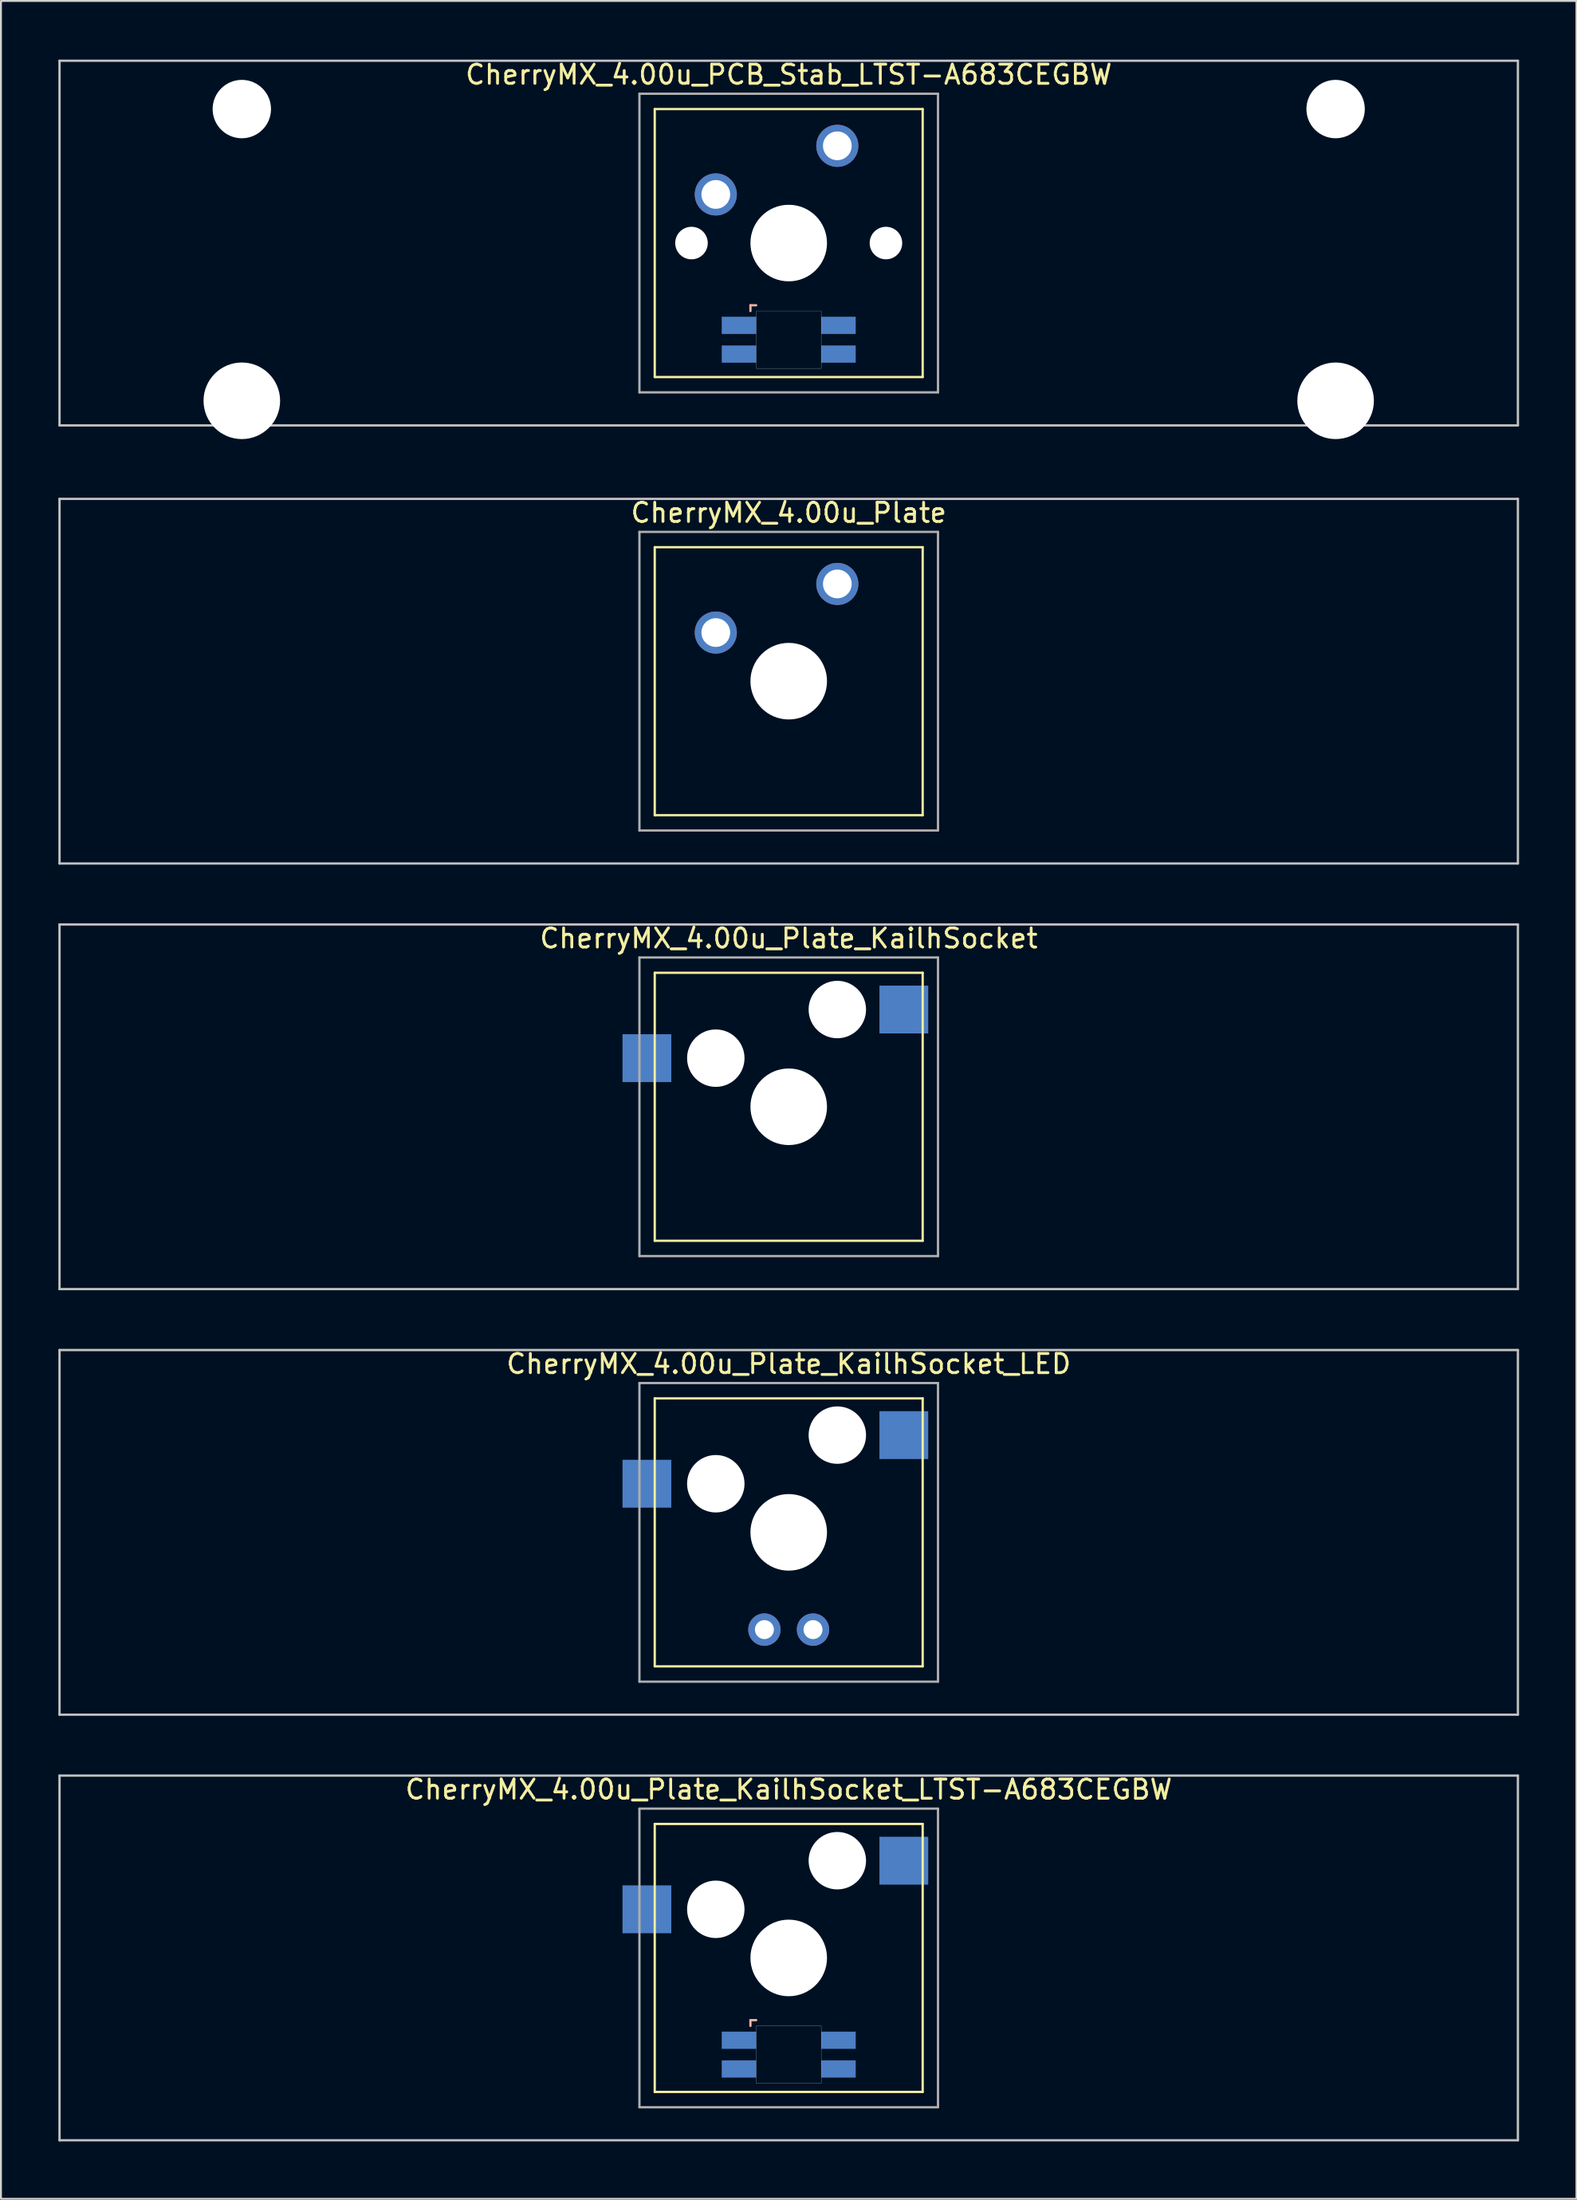
<source format=kicad_pcb>
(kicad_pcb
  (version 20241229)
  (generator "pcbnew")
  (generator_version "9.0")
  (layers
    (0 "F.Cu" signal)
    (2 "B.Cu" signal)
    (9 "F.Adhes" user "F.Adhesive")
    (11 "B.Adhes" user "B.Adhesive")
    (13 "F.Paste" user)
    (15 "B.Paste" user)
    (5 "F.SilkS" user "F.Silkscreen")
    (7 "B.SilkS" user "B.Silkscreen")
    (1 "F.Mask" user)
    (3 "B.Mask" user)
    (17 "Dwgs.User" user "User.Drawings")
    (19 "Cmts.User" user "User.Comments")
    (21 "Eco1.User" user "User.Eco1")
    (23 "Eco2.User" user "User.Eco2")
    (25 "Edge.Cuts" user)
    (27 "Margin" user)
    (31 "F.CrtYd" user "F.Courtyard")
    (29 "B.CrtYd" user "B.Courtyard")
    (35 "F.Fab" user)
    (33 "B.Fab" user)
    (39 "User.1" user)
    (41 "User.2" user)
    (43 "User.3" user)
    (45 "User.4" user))
  (footprint "CherryMX_4.00u_Plate_KailhSocket"
    (layer "F.Cu")
    (at 38.16 54.77)
    (property "Reference" "CherryMX_4.00u_Plate_KailhSocket" (at 0 -8.8 0) (layer "F.SilkS") (effects (font (size 1 1) (thickness 0.15))))
    (attr through_hole)
    (fp_line (start -7 -7) (end -7 7) (stroke (width 0.12) (type solid)) (layer "F.SilkS"))
    (fp_line (start -7 -7) (end 7 -7) (stroke (width 0.12) (type solid)) (layer "F.SilkS"))
    (fp_line (start 7 -7) (end 7 7) (stroke (width 0.12) (type solid)) (layer "F.SilkS"))
    (fp_line (start 7 7) (end -7 7) (stroke (width 0.12) (type solid)) (layer "F.SilkS"))
    (fp_line (start -38.1 -9.525) (end 38.1 -9.525) (stroke (width 0.12) (type solid)) (layer "Dwgs.User"))
    (fp_line (start -38.1 9.525) (end -38.1 -9.525) (stroke (width 0.12) (type solid)) (layer "Dwgs.User"))
    (fp_line (start 38.1 -9.525) (end 38.1 9.525) (stroke (width 0.12) (type solid)) (layer "Dwgs.User"))
    (fp_line (start 38.1 9.525) (end -38.1 9.525) (stroke (width 0.12) (type solid)) (layer "Dwgs.User"))
    (fp_line (start -7.8 -7.8) (end -7.8 7.8) (stroke (width 0.12) (type solid)) (layer "F.Fab"))
    (fp_line (start -7.8 -7.8) (end 7.8 -7.8) (stroke (width 0.12) (type solid)) (layer "F.Fab"))
    (fp_line (start -7.8 7.8) (end 7.8 7.8) (stroke (width 0.12) (type solid)) (layer "F.Fab"))
    (fp_line (start 7.8 -7.8) (end 7.8 7.8) (stroke (width 0.12) (type solid)) (layer "F.Fab"))
    (pad "" np_thru_hole circle (at -3.81 -2.54) (size 3 3) (drill 3) (layers "*.Cu" "*.Mask"))
    (pad "" np_thru_hole circle (at 0 0) (size 4 4) (drill 4) (layers "*.Cu" "*.Mask"))
    (pad "" np_thru_hole circle (at 2.54 -5.08) (size 3 3) (drill 3) (layers "*.Cu" "*.Mask"))
    (pad "1" smd rect (at -7.41 -2.54) (size 2.55 2.5) (layers "B.Cu" "B.Mask" "B.Paste"))
    (pad "2" smd rect (at 6.015 -5.08) (size 2.55 2.5) (layers "B.Cu" "B.Mask" "B.Paste")))
  (footprint "CherryMX_4.00u_Plate_KailhSocket_LED"
    (layer "F.Cu")
    (at 38.16 77.003)
    (property "Reference" "CherryMX_4.00u_Plate_KailhSocket_LED" (at 0 -8.8 0) (layer "F.SilkS") (effects (font (size 1 1) (thickness 0.15))))
    (attr through_hole)
    (fp_line (start -7 -7) (end -7 7) (stroke (width 0.12) (type solid)) (layer "F.SilkS"))
    (fp_line (start -7 -7) (end 7 -7) (stroke (width 0.12) (type solid)) (layer "F.SilkS"))
    (fp_line (start 7 -7) (end 7 7) (stroke (width 0.12) (type solid)) (layer "F.SilkS"))
    (fp_line (start 7 7) (end -7 7) (stroke (width 0.12) (type solid)) (layer "F.SilkS"))
    (fp_line (start -38.1 -9.525) (end 38.1 -9.525) (stroke (width 0.12) (type solid)) (layer "Dwgs.User"))
    (fp_line (start -38.1 9.525) (end -38.1 -9.525) (stroke (width 0.12) (type solid)) (layer "Dwgs.User"))
    (fp_line (start 38.1 -9.525) (end 38.1 9.525) (stroke (width 0.12) (type solid)) (layer "Dwgs.User"))
    (fp_line (start 38.1 9.525) (end -38.1 9.525) (stroke (width 0.12) (type solid)) (layer "Dwgs.User"))
    (fp_line (start -7.8 -7.8) (end -7.8 7.8) (stroke (width 0.12) (type solid)) (layer "F.Fab"))
    (fp_line (start -7.8 -7.8) (end 7.8 -7.8) (stroke (width 0.12) (type solid)) (layer "F.Fab"))
    (fp_line (start -7.8 7.8) (end 7.8 7.8) (stroke (width 0.12) (type solid)) (layer "F.Fab"))
    (fp_line (start 7.8 -7.8) (end 7.8 7.8) (stroke (width 0.12) (type solid)) (layer "F.Fab"))
    (pad "" np_thru_hole circle (at -3.81 -2.54) (size 3 3) (drill 3) (layers "*.Cu" "*.Mask"))
    (pad "" np_thru_hole circle (at 0 0) (size 4 4) (drill 4) (layers "*.Cu" "*.Mask"))
    (pad "" np_thru_hole circle (at 2.54 -5.08) (size 3 3) (drill 3) (layers "*.Cu" "*.Mask"))
    (pad "1" smd rect (at -7.41 -2.54) (size 2.55 2.5) (layers "B.Cu" "B.Mask" "B.Paste"))
    (pad "2" smd rect (at 6.015 -5.08) (size 2.55 2.5) (layers "B.Cu" "B.Mask" "B.Paste"))
    (pad "3" thru_hole circle (at -1.27 5.08) (size 1.691 1.691) (drill 0.991) (layers "*.Cu" "*.Mask"))
    (pad "4" thru_hole circle (at 1.27 5.08) (size 1.691 1.691) (drill 0.991) (layers "*.Cu" "*.Mask")))
  (footprint "CherryMX_4.00u_Plate"
    (layer "F.Cu")
    (at 38.16 32.536)
    (property "Reference" "CherryMX_4.00u_Plate" (at 0 -8.8 0) (layer "F.SilkS") (effects (font (size 1 1) (thickness 0.15))))
    (attr through_hole)
    (fp_line (start -7 -7) (end -7 7) (stroke (width 0.12) (type solid)) (layer "F.SilkS"))
    (fp_line (start -7 -7) (end 7 -7) (stroke (width 0.12) (type solid)) (layer "F.SilkS"))
    (fp_line (start 7 -7) (end 7 7) (stroke (width 0.12) (type solid)) (layer "F.SilkS"))
    (fp_line (start 7 7) (end -7 7) (stroke (width 0.12) (type solid)) (layer "F.SilkS"))
    (fp_line (start -38.1 -9.525) (end 38.1 -9.525) (stroke (width 0.12) (type solid)) (layer "Dwgs.User"))
    (fp_line (start -38.1 9.525) (end -38.1 -9.525) (stroke (width 0.12) (type solid)) (layer "Dwgs.User"))
    (fp_line (start 38.1 -9.525) (end 38.1 9.525) (stroke (width 0.12) (type solid)) (layer "Dwgs.User"))
    (fp_line (start 38.1 9.525) (end -38.1 9.525) (stroke (width 0.12) (type solid)) (layer "Dwgs.User"))
    (fp_line (start -7.8 -7.8) (end -7.8 7.8) (stroke (width 0.12) (type solid)) (layer "F.Fab"))
    (fp_line (start -7.8 -7.8) (end 7.8 -7.8) (stroke (width 0.12) (type solid)) (layer "F.Fab"))
    (fp_line (start -7.8 7.8) (end 7.8 7.8) (stroke (width 0.12) (type solid)) (layer "F.Fab"))
    (fp_line (start 7.8 -7.8) (end 7.8 7.8) (stroke (width 0.12) (type solid)) (layer "F.Fab"))
    (pad "" np_thru_hole circle (at 0 0) (size 4 4) (drill 4) (layers "*.Cu" "*.Mask"))
    (pad "1" thru_hole circle (at -3.81 -2.54) (size 2.2 2.2) (drill 1.5) (layers "*.Cu" "*.Mask"))
    (pad "2" thru_hole circle (at 2.54 -5.08) (size 2.2 2.2) (drill 1.5) (layers "*.Cu" "*.Mask")))
  (footprint "CherryMX_4.00u_PCB_Stab_LTST-A683CEGBW"
    (layer "F.Cu")
    (at 38.16 9.648)
    (property "Reference" "CherryMX_4.00u_PCB_Stab_LTST-A683CEGBW" (at 0 -8.8 0) (layer "F.SilkS") (effects (font (size 1 1) (thickness 0.15))))
    (attr through_hole)
    (fp_line (start -7 -7) (end -7 7) (stroke (width 0.12) (type solid)) (layer "F.SilkS"))
    (fp_line (start -7 -7) (end 7 -7) (stroke (width 0.12) (type solid)) (layer "F.SilkS"))
    (fp_line (start 7 -7) (end 7 7) (stroke (width 0.12) (type solid)) (layer "F.SilkS"))
    (fp_line (start 7 7) (end -7 7) (stroke (width 0.12) (type solid)) (layer "F.SilkS"))
    (fp_line (start -2 3.25) (end -2 3.55) (stroke (width 0.12) (type solid)) (layer "B.SilkS"))
    (fp_line (start -1.7 3.25) (end -2 3.25) (stroke (width 0.12) (type solid)) (layer "B.SilkS"))
    (fp_line (start -38.1 -9.525) (end 38.1 -9.525) (stroke (width 0.12) (type solid)) (layer "Dwgs.User"))
    (fp_line (start -38.1 9.525) (end -38.1 -9.525) (stroke (width 0.12) (type solid)) (layer "Dwgs.User"))
    (fp_line (start 38.1 -9.525) (end 38.1 9.525) (stroke (width 0.12) (type solid)) (layer "Dwgs.User"))
    (fp_line (start 38.1 9.525) (end -38.1 9.525) (stroke (width 0.12) (type solid)) (layer "Dwgs.User"))
    (fp_poly (pts (xy 1.7 6.55) (xy -1.7 6.55) (xy -1.7 3.55) (xy 1.7 3.55)) (stroke (width 0.01) (type solid)) (fill no) (layer "Edge.Cuts"))
    (fp_line (start -7.8 -7.8) (end -7.8 7.8) (stroke (width 0.12) (type solid)) (layer "F.Fab"))
    (fp_line (start -7.8 -7.8) (end 7.8 -7.8) (stroke (width 0.12) (type solid)) (layer "F.Fab"))
    (fp_line (start -7.8 7.8) (end 7.8 7.8) (stroke (width 0.12) (type solid)) (layer "F.Fab"))
    (fp_line (start 7.8 -7.8) (end 7.8 7.8) (stroke (width 0.12) (type solid)) (layer "F.Fab"))
    (pad "" np_thru_hole circle (at -28.575 -7) (size 3.05 3.05) (drill 3.05) (layers "*.Cu" "*.Mask"))
    (pad "" np_thru_hole circle (at -28.575 8.24) (size 4 4) (drill 4) (layers "*.Cu" "*.Mask"))
    (pad "" np_thru_hole circle (at -5.08 0) (size 1.7 1.7) (drill 1.7) (layers "*.Cu" "*.Mask"))
    (pad "" np_thru_hole circle (at 0 0) (size 4 4) (drill 4) (layers "*.Cu" "*.Mask"))
    (pad "" np_thru_hole circle (at 5.08 0) (size 1.7 1.7) (drill 1.7) (layers "*.Cu" "*.Mask"))
    (pad "" np_thru_hole circle (at 28.575 -7) (size 3.05 3.05) (drill 3.05) (layers "*.Cu" "*.Mask"))
    (pad "" np_thru_hole circle (at 28.575 8.24) (size 4 4) (drill 4) (layers "*.Cu" "*.Mask"))
    (pad "1" thru_hole circle (at -3.81 -2.54) (size 2.2 2.2) (drill 1.5) (layers "*.Cu" "*.Mask"))
    (pad "2" thru_hole circle (at 2.54 -5.08) (size 2.2 2.2) (drill 1.5) (layers "*.Cu" "*.Mask"))
    (pad "3" smd rect (at -2.6 4.3) (size 1.8 0.9) (layers "B.Cu" "B.Mask" "B.Paste"))
    (pad "4" smd rect (at -2.6 5.8) (size 1.8 0.9) (layers "B.Cu" "B.Mask" "B.Paste"))
    (pad "5" smd rect (at 2.6 4.3) (size 1.8 0.9) (layers "B.Cu" "B.Mask" "B.Paste"))
    (pad "6" smd rect (at 2.6 5.8) (size 1.8 0.9) (layers "B.Cu" "B.Mask" "B.Paste")))
  (footprint "CherryMX_4.00u_Plate_KailhSocket_LTST-A683CEGBW"
    (layer "F.Cu")
    (at 38.16 99.236)
    (property "Reference" "CherryMX_4.00u_Plate_KailhSocket_LTST-A683CEGBW" (at 0 -8.8 0) (layer "F.SilkS") (effects (font (size 1 1) (thickness 0.15))))
    (attr through_hole)
    (fp_line (start -7 -7) (end -7 7) (stroke (width 0.12) (type solid)) (layer "F.SilkS"))
    (fp_line (start -7 -7) (end 7 -7) (stroke (width 0.12) (type solid)) (layer "F.SilkS"))
    (fp_line (start 7 -7) (end 7 7) (stroke (width 0.12) (type solid)) (layer "F.SilkS"))
    (fp_line (start 7 7) (end -7 7) (stroke (width 0.12) (type solid)) (layer "F.SilkS"))
    (fp_line (start -2 3.25) (end -2 3.55) (stroke (width 0.12) (type solid)) (layer "B.SilkS"))
    (fp_line (start -1.7 3.25) (end -2 3.25) (stroke (width 0.12) (type solid)) (layer "B.SilkS"))
    (fp_line (start -38.1 -9.525) (end 38.1 -9.525) (stroke (width 0.12) (type solid)) (layer "Dwgs.User"))
    (fp_line (start -38.1 9.525) (end -38.1 -9.525) (stroke (width 0.12) (type solid)) (layer "Dwgs.User"))
    (fp_line (start 38.1 -9.525) (end 38.1 9.525) (stroke (width 0.12) (type solid)) (layer "Dwgs.User"))
    (fp_line (start 38.1 9.525) (end -38.1 9.525) (stroke (width 0.12) (type solid)) (layer "Dwgs.User"))
    (fp_poly (pts (xy 1.7 6.55) (xy -1.7 6.55) (xy -1.7 3.55) (xy 1.7 3.55)) (stroke (width 0.01) (type solid)) (fill no) (layer "Edge.Cuts"))
    (fp_line (start -7.8 -7.8) (end -7.8 7.8) (stroke (width 0.12) (type solid)) (layer "F.Fab"))
    (fp_line (start -7.8 -7.8) (end 7.8 -7.8) (stroke (width 0.12) (type solid)) (layer "F.Fab"))
    (fp_line (start -7.8 7.8) (end 7.8 7.8) (stroke (width 0.12) (type solid)) (layer "F.Fab"))
    (fp_line (start 7.8 -7.8) (end 7.8 7.8) (stroke (width 0.12) (type solid)) (layer "F.Fab"))
    (pad "" np_thru_hole circle (at -3.81 -2.54) (size 3 3) (drill 3) (layers "*.Cu" "*.Mask"))
    (pad "" np_thru_hole circle (at 0 0) (size 4 4) (drill 4) (layers "*.Cu" "*.Mask"))
    (pad "" np_thru_hole circle (at 2.54 -5.08) (size 3 3) (drill 3) (layers "*.Cu" "*.Mask"))
    (pad "1" smd rect (at -7.41 -2.54) (size 2.55 2.5) (layers "B.Cu" "B.Mask" "B.Paste"))
    (pad "2" smd rect (at 6.015 -5.08) (size 2.55 2.5) (layers "B.Cu" "B.Mask" "B.Paste"))
    (pad "3" smd rect (at -2.6 4.3) (size 1.8 0.9) (layers "B.Cu" "B.Mask" "B.Paste"))
    (pad "4" smd rect (at -2.6 5.8) (size 1.8 0.9) (layers "B.Cu" "B.Mask" "B.Paste"))
    (pad "5" smd rect (at 2.6 4.3) (size 1.8 0.9) (layers "B.Cu" "B.Mask" "B.Paste"))
    (pad "6" smd rect (at 2.6 5.8) (size 1.8 0.9) (layers "B.Cu" "B.Mask" "B.Paste")))
  (gr_rect
    (start -3 -3)
    (end 79.32 111.821)
    (stroke (width 0.1) (type default))
    (fill no)
    (layer "Edge.Cuts")))
</source>
